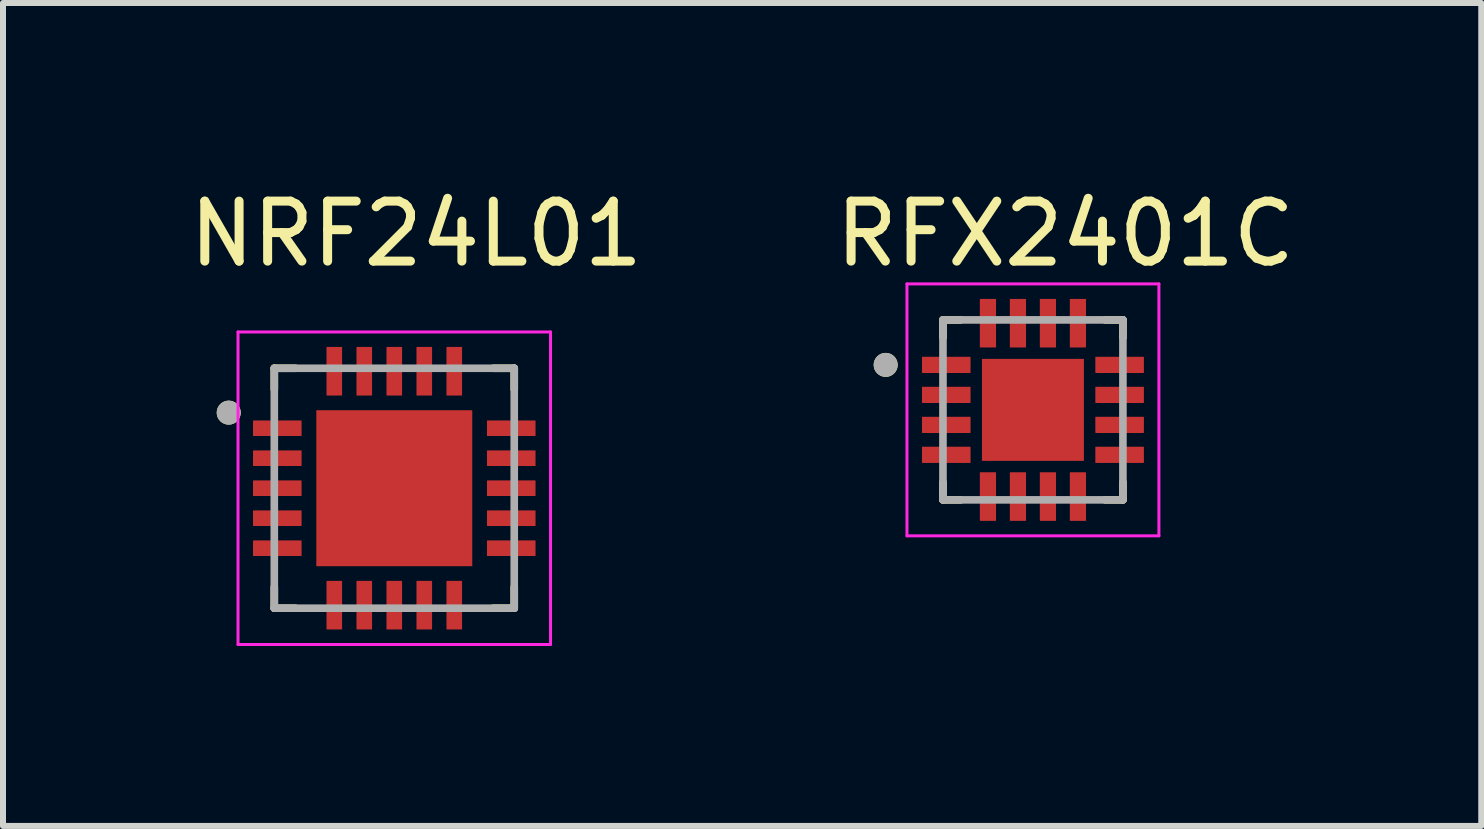
<source format=kicad_pcb>
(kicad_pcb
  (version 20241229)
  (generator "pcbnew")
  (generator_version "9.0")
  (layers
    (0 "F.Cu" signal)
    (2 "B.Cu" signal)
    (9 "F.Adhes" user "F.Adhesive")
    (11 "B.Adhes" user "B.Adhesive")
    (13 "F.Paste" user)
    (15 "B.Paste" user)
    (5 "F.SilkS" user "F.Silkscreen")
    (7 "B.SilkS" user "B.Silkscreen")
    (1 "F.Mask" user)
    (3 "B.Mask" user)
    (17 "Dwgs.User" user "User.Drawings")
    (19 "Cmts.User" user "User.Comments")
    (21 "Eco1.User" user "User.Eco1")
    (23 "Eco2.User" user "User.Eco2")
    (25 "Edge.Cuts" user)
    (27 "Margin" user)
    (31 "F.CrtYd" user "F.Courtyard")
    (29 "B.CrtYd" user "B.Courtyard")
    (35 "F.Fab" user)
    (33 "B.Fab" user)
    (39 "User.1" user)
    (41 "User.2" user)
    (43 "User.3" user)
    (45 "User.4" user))
  (footprint "NRF24L01"
    (layer "F.Cu")
    (at 3.523 5.089)
    (property "Reference" "NRF24L01" (at 0.365 -4.241 0) (layer "F.SilkS") (effects (font (size 1 1) (thickness 0.15))))
    (attr smd)
    (fp_line (start -2 -2) (end -2 -1.65) (stroke (width 0.127) (type solid)) (layer "F.SilkS"))
    (fp_line (start -2 -2) (end -1.65 -2) (stroke (width 0.127) (type solid)) (layer "F.SilkS"))
    (fp_line (start -2 2) (end -2 1.65) (stroke (width 0.127) (type solid)) (layer "F.SilkS"))
    (fp_line (start -2 2) (end -1.65 2) (stroke (width 0.127) (type solid)) (layer "F.SilkS"))
    (fp_line (start 2 -2) (end 1.65 -2) (stroke (width 0.127) (type solid)) (layer "F.SilkS"))
    (fp_line (start 2 -2) (end 2 -1.65) (stroke (width 0.127) (type solid)) (layer "F.SilkS"))
    (fp_line (start 2 2) (end 1.65 2) (stroke (width 0.127) (type solid)) (layer "F.SilkS"))
    (fp_line (start 2 2) (end 2 1.65) (stroke (width 0.127) (type solid)) (layer "F.SilkS"))
    (fp_circle (center -2.76 -1.26) (end -2.66 -1.26) (stroke (width 0.2) (type solid)) (fill no) (layer "F.SilkS"))
    (fp_poly (pts (xy -0.981 -0.98) (xy -0.16 -0.98) (xy -0.16 -0.16) (xy -0.981 -0.16)) (stroke (width 0.01) (type solid)) (fill yes) (layer "F.Paste"))
    (fp_poly (pts (xy -0.98 0.16) (xy -0.16 0.16) (xy -0.16 0.98) (xy -0.98 0.98)) (stroke (width 0.01) (type solid)) (fill yes) (layer "F.Paste"))
    (fp_poly (pts (xy 0.16 0.16) (xy 0.98 0.16) (xy 0.98 0.98) (xy 0.16 0.98)) (stroke (width 0.01) (type solid)) (fill yes) (layer "F.Paste"))
    (fp_poly (pts (xy 0.16 -0.98) (xy 0.98 -0.98) (xy 0.98 -0.16) (xy 0.16 -0.16)) (stroke (width 0.01) (type solid)) (fill yes) (layer "F.Paste"))
    (fp_line (start -2.605 -2.605) (end 2.605 -2.605) (stroke (width 0.05) (type solid)) (layer "F.CrtYd"))
    (fp_line (start -2.605 2.605) (end -2.605 -2.605) (stroke (width 0.05) (type solid)) (layer "F.CrtYd"))
    (fp_line (start -2.605 2.605) (end 2.605 2.605) (stroke (width 0.05) (type solid)) (layer "F.CrtYd"))
    (fp_line (start 2.605 2.605) (end 2.605 -2.605) (stroke (width 0.05) (type solid)) (layer "F.CrtYd"))
    (fp_line (start -2 2) (end -2 -2) (stroke (width 0.127) (type solid)) (layer "F.Fab"))
    (fp_line (start 2 -2) (end -2 -2) (stroke (width 0.127) (type solid)) (layer "F.Fab"))
    (fp_line (start 2 2) (end -2 2) (stroke (width 0.127) (type solid)) (layer "F.Fab"))
    (fp_line (start 2 2) (end 2 -2) (stroke (width 0.127) (type solid)) (layer "F.Fab"))
    (fp_circle (center -2.76 -1.26) (end -2.66 -1.26) (stroke (width 0.2) (type solid)) (fill no) (layer "F.Fab"))
    (pad "1" smd roundrect (at -1.95 -1) (size 0.81 0.26) (layers "F.Cu" "F.Mask" "F.Paste") (roundrect_rratio 0.03))
    (pad "2" smd roundrect (at -1.95 -0.5) (size 0.81 0.26) (layers "F.Cu" "F.Mask" "F.Paste") (roundrect_rratio 0.03))
    (pad "3" smd roundrect (at -1.95 0) (size 0.81 0.26) (layers "F.Cu" "F.Mask" "F.Paste") (roundrect_rratio 0.03))
    (pad "4" smd roundrect (at -1.95 0.5) (size 0.81 0.26) (layers "F.Cu" "F.Mask" "F.Paste") (roundrect_rratio 0.03))
    (pad "5" smd roundrect (at -1.95 1) (size 0.81 0.26) (layers "F.Cu" "F.Mask" "F.Paste") (roundrect_rratio 0.03))
    (pad "6" smd roundrect (at -1 1.95 90) (size 0.81 0.26) (layers "F.Cu" "F.Mask" "F.Paste") (roundrect_rratio 0.03))
    (pad "7" smd roundrect (at -0.5 1.95 90) (size 0.81 0.26) (layers "F.Cu" "F.Mask" "F.Paste") (roundrect_rratio 0.03))
    (pad "8" smd roundrect (at 0 1.95 90) (size 0.81 0.26) (layers "F.Cu" "F.Mask" "F.Paste") (roundrect_rratio 0.03))
    (pad "9" smd roundrect (at 0.5 1.95 90) (size 0.81 0.26) (layers "F.Cu" "F.Mask" "F.Paste") (roundrect_rratio 0.03))
    (pad "10" smd roundrect (at 1 1.95 90) (size 0.81 0.26) (layers "F.Cu" "F.Mask" "F.Paste") (roundrect_rratio 0.03))
    (pad "11" smd roundrect (at 1.95 1) (size 0.81 0.26) (layers "F.Cu" "F.Mask" "F.Paste") (roundrect_rratio 0.03))
    (pad "12" smd roundrect (at 1.95 0.5) (size 0.81 0.26) (layers "F.Cu" "F.Mask" "F.Paste") (roundrect_rratio 0.03))
    (pad "13" smd roundrect (at 1.95 0) (size 0.81 0.26) (layers "F.Cu" "F.Mask" "F.Paste") (roundrect_rratio 0.03))
    (pad "14" smd roundrect (at 1.95 -0.5) (size 0.81 0.26) (layers "F.Cu" "F.Mask" "F.Paste") (roundrect_rratio 0.03))
    (pad "15" smd roundrect (at 1.95 -1) (size 0.81 0.26) (layers "F.Cu" "F.Mask" "F.Paste") (roundrect_rratio 0.03))
    (pad "16" smd roundrect (at 1 -1.95 90) (size 0.81 0.26) (layers "F.Cu" "F.Mask" "F.Paste") (roundrect_rratio 0.03))
    (pad "17" smd roundrect (at 0.5 -1.95 90) (size 0.81 0.26) (layers "F.Cu" "F.Mask" "F.Paste") (roundrect_rratio 0.03))
    (pad "18" smd roundrect (at 0 -1.95 90) (size 0.81 0.26) (layers "F.Cu" "F.Mask" "F.Paste") (roundrect_rratio 0.03))
    (pad "19" smd roundrect (at -0.5 -1.95 90) (size 0.81 0.26) (layers "F.Cu" "F.Mask" "F.Paste") (roundrect_rratio 0.03))
    (pad "20" smd roundrect (at -1 -1.95 90) (size 0.81 0.26) (layers "F.Cu" "F.Mask" "F.Paste") (roundrect_rratio 0.03))
    (pad "21" smd rect (at 0 0) (size 2.6 2.6) (layers "F.Cu" "F.Mask")))
  (footprint "RFX2401C"
    (layer "F.Cu")
    (at 14.17 3.783)
    (property "Reference" "RFX2401C" (at 0.54 -2.935 0) (layer "F.SilkS") (effects (font (size 1 1) (thickness 0.15))))
    (attr smd)
    (fp_line (start -1.5 -1.5) (end -1.5 -1.205) (stroke (width 0.127) (type solid)) (layer "F.SilkS"))
    (fp_line (start -1.5 -1.5) (end -1.205 -1.5) (stroke (width 0.127) (type solid)) (layer "F.SilkS"))
    (fp_line (start -1.5 1.5) (end -1.5 1.205) (stroke (width 0.127) (type solid)) (layer "F.SilkS"))
    (fp_line (start -1.5 1.5) (end -1.205 1.5) (stroke (width 0.127) (type solid)) (layer "F.SilkS"))
    (fp_line (start 1.5 -1.5) (end 1.205 -1.5) (stroke (width 0.127) (type solid)) (layer "F.SilkS"))
    (fp_line (start 1.5 -1.5) (end 1.5 -1.205) (stroke (width 0.127) (type solid)) (layer "F.SilkS"))
    (fp_line (start 1.5 1.5) (end 1.205 1.5) (stroke (width 0.127) (type solid)) (layer "F.SilkS"))
    (fp_line (start 1.5 1.5) (end 1.5 1.205) (stroke (width 0.127) (type solid)) (layer "F.SilkS"))
    (fp_circle (center -2.455 -0.75) (end -2.355 -0.75) (stroke (width 0.2) (type solid)) (fill no) (layer "F.SilkS"))
    (fp_poly (pts (xy -0.54 -0.54) (xy 0.54 -0.54) (xy 0.54 0.54) (xy -0.54 0.54)) (stroke (width 0.01) (type solid)) (fill yes) (layer "F.Paste"))
    (fp_line (start -2.1 -2.1) (end 2.1 -2.1) (stroke (width 0.05) (type solid)) (layer "F.CrtYd"))
    (fp_line (start -2.1 2.1) (end -2.1 -2.1) (stroke (width 0.05) (type solid)) (layer "F.CrtYd"))
    (fp_line (start -2.1 2.1) (end 2.1 2.1) (stroke (width 0.05) (type solid)) (layer "F.CrtYd"))
    (fp_line (start 2.1 2.1) (end 2.1 -2.1) (stroke (width 0.05) (type solid)) (layer "F.CrtYd"))
    (fp_line (start -1.5 1.5) (end -1.5 -1.5) (stroke (width 0.127) (type solid)) (layer "F.Fab"))
    (fp_line (start 1.5 -1.5) (end -1.5 -1.5) (stroke (width 0.127) (type solid)) (layer "F.Fab"))
    (fp_line (start 1.5 1.5) (end -1.5 1.5) (stroke (width 0.127) (type solid)) (layer "F.Fab"))
    (fp_line (start 1.5 1.5) (end 1.5 -1.5) (stroke (width 0.127) (type solid)) (layer "F.Fab"))
    (fp_circle (center -2.455 -0.75) (end -2.355 -0.75) (stroke (width 0.2) (type solid)) (fill no) (layer "F.Fab"))
    (pad "1" smd roundrect (at -1.445 -0.75) (size 0.81 0.27) (layers "F.Cu" "F.Mask" "F.Paste") (roundrect_rratio 0.03))
    (pad "2" smd roundrect (at -1.445 -0.25) (size 0.81 0.27) (layers "F.Cu" "F.Mask" "F.Paste") (roundrect_rratio 0.03))
    (pad "3" smd roundrect (at -1.445 0.25) (size 0.81 0.27) (layers "F.Cu" "F.Mask" "F.Paste") (roundrect_rratio 0.03))
    (pad "4" smd roundrect (at -1.445 0.75) (size 0.81 0.27) (layers "F.Cu" "F.Mask" "F.Paste") (roundrect_rratio 0.03))
    (pad "5" smd roundrect (at -0.75 1.445 90) (size 0.81 0.27) (layers "F.Cu" "F.Mask" "F.Paste") (roundrect_rratio 0.03))
    (pad "6" smd roundrect (at -0.25 1.445 90) (size 0.81 0.27) (layers "F.Cu" "F.Mask" "F.Paste") (roundrect_rratio 0.03))
    (pad "7" smd roundrect (at 0.25 1.445 90) (size 0.81 0.27) (layers "F.Cu" "F.Mask" "F.Paste") (roundrect_rratio 0.03))
    (pad "8" smd roundrect (at 0.75 1.445 90) (size 0.81 0.27) (layers "F.Cu" "F.Mask" "F.Paste") (roundrect_rratio 0.03))
    (pad "9" smd roundrect (at 1.445 0.75) (size 0.81 0.27) (layers "F.Cu" "F.Mask" "F.Paste") (roundrect_rratio 0.03))
    (pad "10" smd roundrect (at 1.445 0.25) (size 0.81 0.27) (layers "F.Cu" "F.Mask" "F.Paste") (roundrect_rratio 0.03))
    (pad "11" smd roundrect (at 1.445 -0.25) (size 0.81 0.27) (layers "F.Cu" "F.Mask" "F.Paste") (roundrect_rratio 0.03))
    (pad "12" smd roundrect (at 1.445 -0.75) (size 0.81 0.27) (layers "F.Cu" "F.Mask" "F.Paste") (roundrect_rratio 0.03))
    (pad "13" smd roundrect (at 0.75 -1.445 90) (size 0.81 0.27) (layers "F.Cu" "F.Mask" "F.Paste") (roundrect_rratio 0.03))
    (pad "14" smd roundrect (at 0.25 -1.445 90) (size 0.81 0.27) (layers "F.Cu" "F.Mask" "F.Paste") (roundrect_rratio 0.03))
    (pad "15" smd roundrect (at -0.25 -1.445 90) (size 0.81 0.27) (layers "F.Cu" "F.Mask" "F.Paste") (roundrect_rratio 0.03))
    (pad "16" smd roundrect (at -0.75 -1.445 90) (size 0.81 0.27) (layers "F.Cu" "F.Mask" "F.Paste") (roundrect_rratio 0.03))
    (pad "17" smd rect (at 0 0) (size 1.7 1.7) (layers "F.Cu" "F.Mask")))
  (gr_rect
    (start -3 -3)
    (end 21.644 10.719)
    (stroke (width 0.1) (type default))
    (fill no)
    (layer "Edge.Cuts")))
</source>
